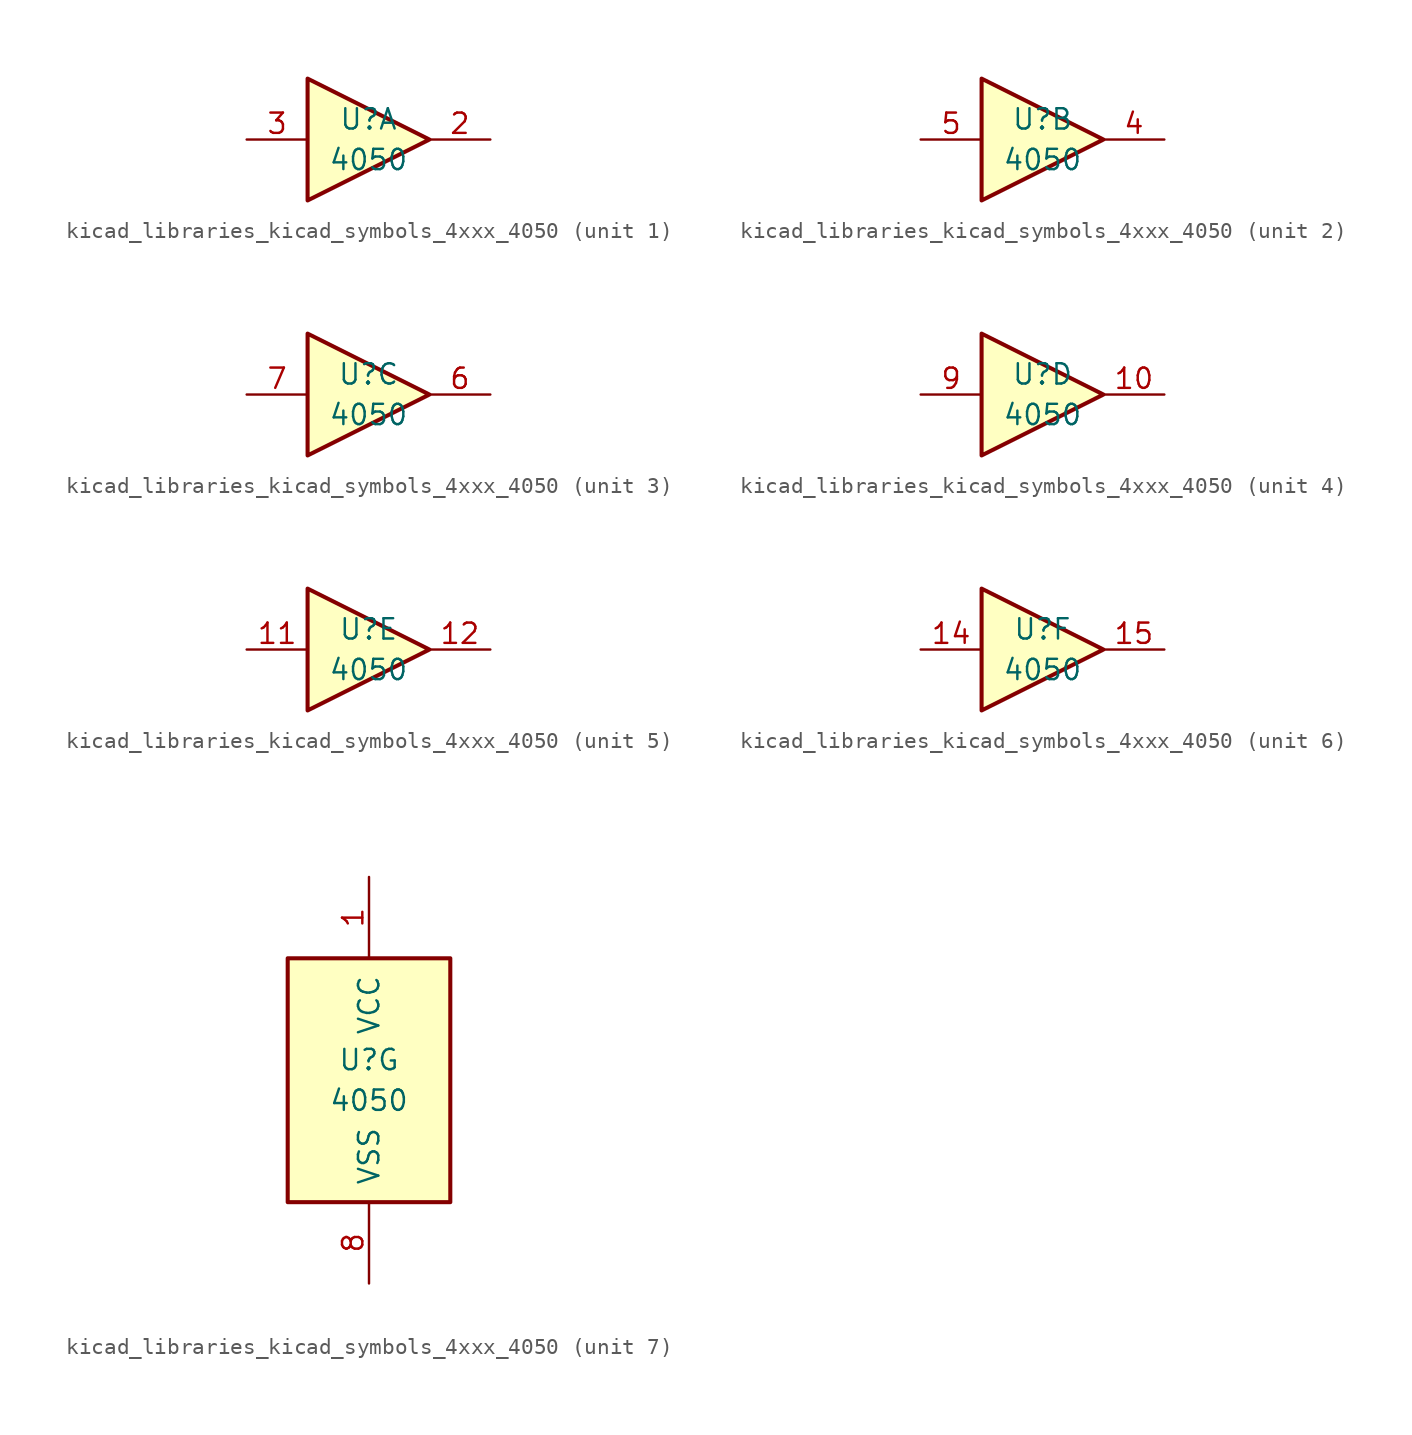
<source format=kicad_sym>
(kicad_symbol_lib
  (version 20220914)
  (generator kicad_symbol_editor)
  (symbol "kicad_libraries_kicad_symbols_4xxx_4050"
    (pin_names
      (offset 1.016))
    (property "Reference" "U"
      (at 0 1.27 0)
      (effects (font (size 1.27 1.27))))
    (property "Value" "4050"
      (at 0 -1.27 0)
      (effects (font (size 1.27 1.27))))
    (property "ki_locked" ""
      (at 0 0 0)
      (effects (font (size 1.27 1.27))))
    (symbol "kicad_libraries_kicad_symbols_4xxx_4050_1_0"
      (polyline (pts (xy -3.81 3.81) (xy -3.81 -3.81) (xy 3.81 0) (xy -3.81 3.81)) (stroke (width 0.254) (type default)) (fill (type background)))
      (pin output line (at 7.62 0 180) (length 3.81) (name "~" (effects (font (size 1.27 1.27)))) (number "2" (effects (font (size 1.27 1.27)))))
      (pin input line (at -7.62 0 0) (length 3.81) (name "~" (effects (font (size 1.27 1.27)))) (number "3" (effects (font (size 1.27 1.27))))))
    (symbol "kicad_libraries_kicad_symbols_4xxx_4050_2_0"
      (polyline (pts (xy -3.81 3.81) (xy -3.81 -3.81) (xy 3.81 0) (xy -3.81 3.81)) (stroke (width 0.254) (type default)) (fill (type background)))
      (pin output line (at 7.62 0 180) (length 3.81) (name "~" (effects (font (size 1.27 1.27)))) (number "4" (effects (font (size 1.27 1.27)))))
      (pin input line (at -7.62 0 0) (length 3.81) (name "~" (effects (font (size 1.27 1.27)))) (number "5" (effects (font (size 1.27 1.27))))))
    (symbol "kicad_libraries_kicad_symbols_4xxx_4050_3_0"
      (polyline (pts (xy -3.81 3.81) (xy -3.81 -3.81) (xy 3.81 0) (xy -3.81 3.81)) (stroke (width 0.254) (type default)) (fill (type background)))
      (pin output line (at 7.62 0 180) (length 3.81) (name "~" (effects (font (size 1.27 1.27)))) (number "6" (effects (font (size 1.27 1.27)))))
      (pin input line (at -7.62 0 0) (length 3.81) (name "~" (effects (font (size 1.27 1.27)))) (number "7" (effects (font (size 1.27 1.27))))))
    (symbol "kicad_libraries_kicad_symbols_4xxx_4050_4_0"
      (polyline (pts (xy -3.81 3.81) (xy -3.81 -3.81) (xy 3.81 0) (xy -3.81 3.81)) (stroke (width 0.254) (type default)) (fill (type background)))
      (pin output line (at 7.62 0 180) (length 3.81) (name "~" (effects (font (size 1.27 1.27)))) (number "10" (effects (font (size 1.27 1.27)))))
      (pin input line (at -7.62 0 0) (length 3.81) (name "~" (effects (font (size 1.27 1.27)))) (number "9" (effects (font (size 1.27 1.27))))))
    (symbol "kicad_libraries_kicad_symbols_4xxx_4050_5_0"
      (polyline (pts (xy -3.81 3.81) (xy -3.81 -3.81) (xy 3.81 0) (xy -3.81 3.81)) (stroke (width 0.254) (type default)) (fill (type background)))
      (pin input line (at -7.62 0 0) (length 3.81) (name "~" (effects (font (size 1.27 1.27)))) (number "11" (effects (font (size 1.27 1.27)))))
      (pin output line (at 7.62 0 180) (length 3.81) (name "~" (effects (font (size 1.27 1.27)))) (number "12" (effects (font (size 1.27 1.27))))))
    (symbol "kicad_libraries_kicad_symbols_4xxx_4050_6_0"
      (polyline (pts (xy -3.81 3.81) (xy -3.81 -3.81) (xy 3.81 0) (xy -3.81 3.81)) (stroke (width 0.254) (type default)) (fill (type background)))
      (pin input line (at -7.62 0 0) (length 3.81) (name "~" (effects (font (size 1.27 1.27)))) (number "14" (effects (font (size 1.27 1.27)))))
      (pin output line (at 7.62 0 180) (length 3.81) (name "~" (effects (font (size 1.27 1.27)))) (number "15" (effects (font (size 1.27 1.27))))))
    (symbol "kicad_libraries_kicad_symbols_4xxx_4050_7_0"
      (pin power_in line (at 0 12.7 270) (length 5.08) (name "VCC" (effects (font (size 1.27 1.27)))) (number "1" (effects (font (size 1.27 1.27)))))
      (pin power_in line (at 0 -12.7 90) (length 5.08) (name "VSS" (effects (font (size 1.27 1.27)))) (number "8" (effects (font (size 1.27 1.27))))))
    (symbol "kicad_libraries_kicad_symbols_4xxx_4050_7_1"
      (rectangle (start -5.08 7.62) (end 5.08 -7.62) (stroke (width 0.254) (type default)) (fill (type background))))))
</source>
